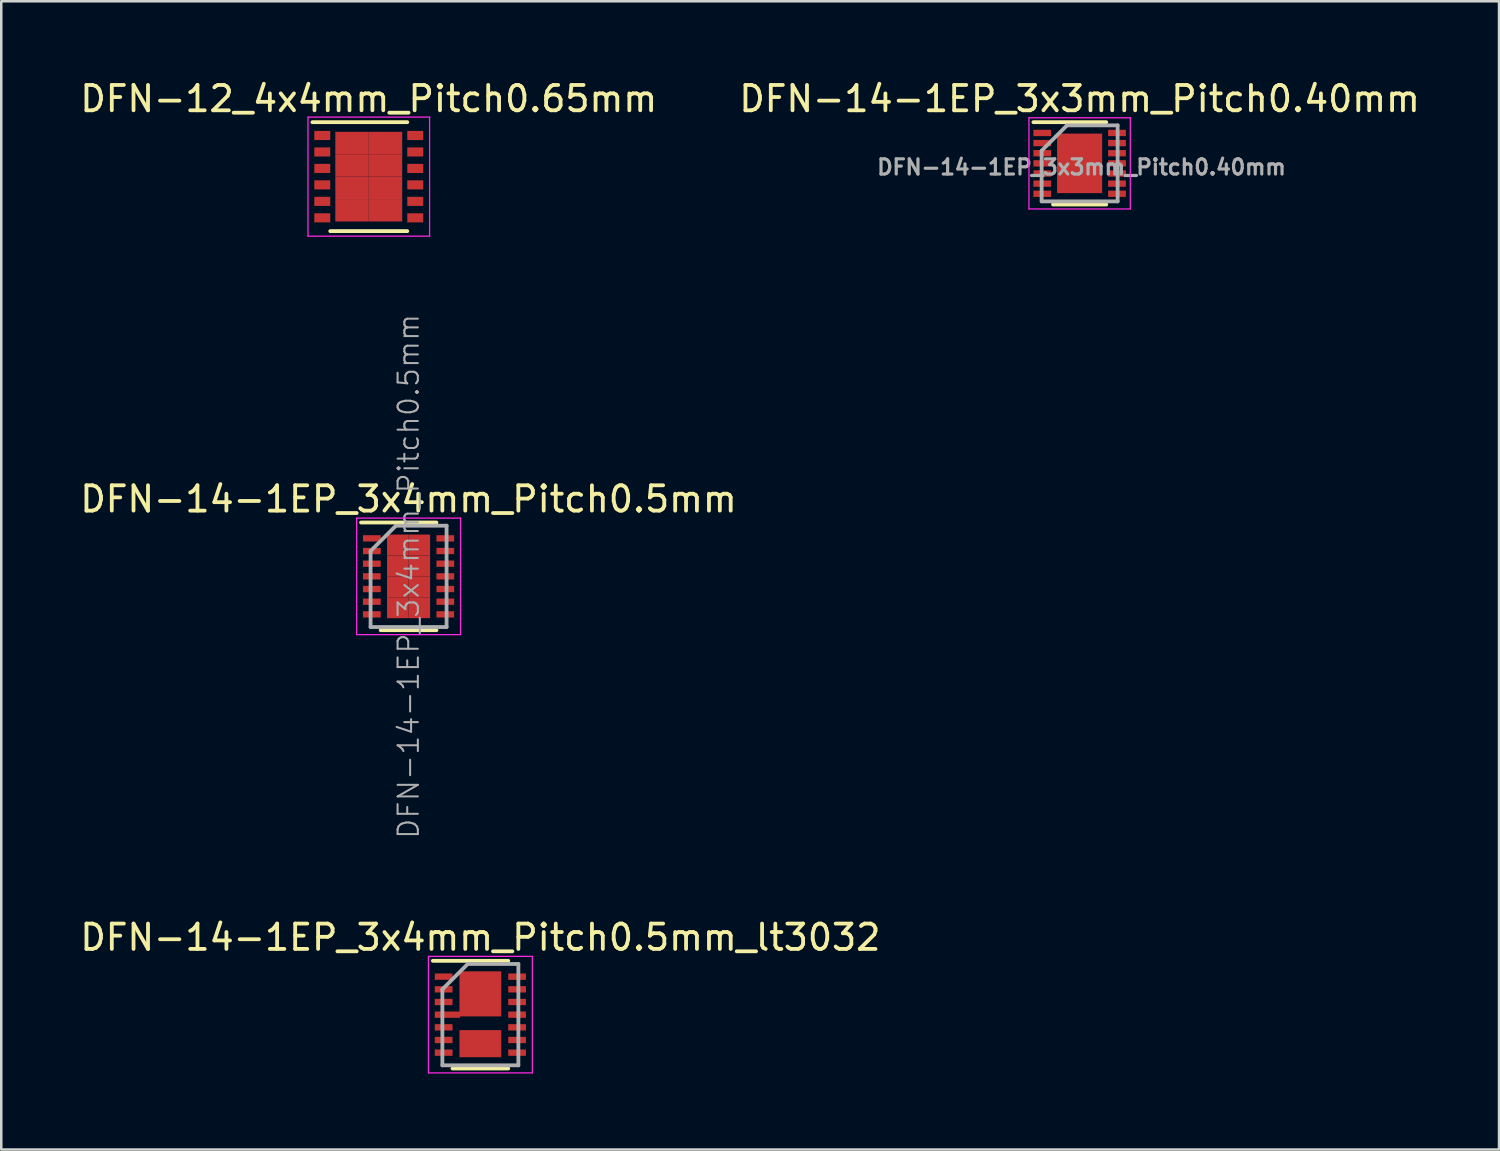
<source format=kicad_pcb>
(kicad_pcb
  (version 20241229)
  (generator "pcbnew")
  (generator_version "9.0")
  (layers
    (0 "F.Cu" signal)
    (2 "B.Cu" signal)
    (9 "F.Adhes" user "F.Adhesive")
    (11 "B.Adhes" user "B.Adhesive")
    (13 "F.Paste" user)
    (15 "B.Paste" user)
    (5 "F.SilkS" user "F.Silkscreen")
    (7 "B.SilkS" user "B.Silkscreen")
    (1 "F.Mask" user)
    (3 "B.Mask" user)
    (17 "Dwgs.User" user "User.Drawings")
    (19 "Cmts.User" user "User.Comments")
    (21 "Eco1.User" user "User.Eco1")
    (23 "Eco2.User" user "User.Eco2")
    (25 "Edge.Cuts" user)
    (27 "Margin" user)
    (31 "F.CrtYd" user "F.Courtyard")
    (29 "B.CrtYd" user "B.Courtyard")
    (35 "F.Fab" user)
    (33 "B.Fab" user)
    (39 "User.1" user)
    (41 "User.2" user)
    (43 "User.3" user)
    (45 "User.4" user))
  (footprint "DFN-14-1EP_3x3mm_Pitch0.40mm"
    (layer "F.Cu")
    (at 39.565 3.398)
    (property "Reference" "DFN-14-1EP_3x3mm_Pitch0.40mm" (at 0 -2.55 0) (layer "F.SilkS") (effects (font (size 1 1) (thickness 0.15))))
    (attr smd)
    (fp_line (start -1.825 -1.625) (end 1.05 -1.625) (stroke (width 0.15) (type solid)) (layer "F.SilkS"))
    (fp_line (start -1.05 1.625) (end 1.05 1.625) (stroke (width 0.15) (type solid)) (layer "F.SilkS"))
    (fp_line (start -2 -1.8) (end -2 1.8) (stroke (width 0.05) (type solid)) (layer "F.CrtYd"))
    (fp_line (start -2 -1.8) (end 2 -1.8) (stroke (width 0.05) (type solid)) (layer "F.CrtYd"))
    (fp_line (start -2 1.8) (end 2 1.8) (stroke (width 0.05) (type solid)) (layer "F.CrtYd"))
    (fp_line (start 2 -1.8) (end 2 1.8) (stroke (width 0.05) (type solid)) (layer "F.CrtYd"))
    (fp_line (start -1.5 -0.5) (end -0.5 -1.5) (stroke (width 0.15) (type solid)) (layer "F.Fab"))
    (fp_line (start -1.5 1.5) (end -1.5 -0.5) (stroke (width 0.15) (type solid)) (layer "F.Fab"))
    (fp_line (start -0.5 -1.5) (end 1.5 -1.5) (stroke (width 0.15) (type solid)) (layer "F.Fab"))
    (fp_line (start 1.5 -1.5) (end 1.5 1.5) (stroke (width 0.15) (type solid)) (layer "F.Fab"))
    (fp_line (start 1.5 1.5) (end -1.5 1.5) (stroke (width 0.15) (type solid)) (layer "F.Fab"))
    (fp_text user "${REFERENCE}" (at 0.075 0.15 0) (layer "F.Fab") (effects (font (size 0.6 0.6) (thickness 0.125))))
    (pad "" smd rect (at 0 0) (size 1.78 2.35) (layers "F.Cu" "F.Mask" "F.Paste"))
    (pad "1" smd rect (at -1.475 -1.2) (size 0.7 0.25) (layers "F.Cu" "F.Mask" "F.Paste"))
    (pad "2" smd rect (at -1.475 -0.8) (size 0.7 0.25) (layers "F.Cu" "F.Mask" "F.Paste"))
    (pad "3" smd rect (at -1.475 -0.4) (size 0.7 0.25) (layers "F.Cu" "F.Mask" "F.Paste"))
    (pad "4" smd rect (at -1.475 0) (size 0.7 0.25) (layers "F.Cu" "F.Mask" "F.Paste"))
    (pad "5" smd rect (at -1.475 0.4) (size 0.7 0.25) (layers "F.Cu" "F.Mask" "F.Paste"))
    (pad "6" smd rect (at -1.475 0.8) (size 0.7 0.25) (layers "F.Cu" "F.Mask" "F.Paste"))
    (pad "7" smd rect (at -1.475 1.2) (size 0.7 0.25) (layers "F.Cu" "F.Mask" "F.Paste"))
    (pad "8" smd rect (at 1.475 1.2) (size 0.7 0.25) (layers "F.Cu" "F.Mask" "F.Paste"))
    (pad "9" smd rect (at 1.475 0.8) (size 0.7 0.25) (layers "F.Cu" "F.Mask" "F.Paste"))
    (pad "10" smd rect (at 1.475 0.4) (size 0.7 0.25) (layers "F.Cu" "F.Mask" "F.Paste"))
    (pad "11" smd rect (at 1.475 0) (size 0.7 0.25) (layers "F.Cu" "F.Mask" "F.Paste"))
    (pad "12" smd rect (at 1.475 -0.4) (size 0.7 0.25) (layers "F.Cu" "F.Mask" "F.Paste"))
    (pad "13" smd rect (at 1.475 -0.8) (size 0.7 0.25) (layers "F.Cu" "F.Mask" "F.Paste"))
    (pad "14" smd rect (at 1.475 -1.2) (size 0.7 0.25) (layers "F.Cu" "F.Mask" "F.Paste")))
  (footprint "DFN-14-1EP_3x4mm_Pitch0.5mm"
    (layer "F.Cu")
    (at 13.077 19.7)
    (property "Reference" "DFN-14-1EP_3x4mm_Pitch0.5mm" (at 0 -3.05 0) (layer "F.SilkS") (effects (font (size 1 1) (thickness 0.15))))
    (attr smd)
    (fp_line (start -1.875 -2.125) (end 1.1 -2.125) (stroke (width 0.15) (type solid)) (layer "F.SilkS"))
    (fp_line (start -1.1 2.125) (end 1.1 2.125) (stroke (width 0.15) (type solid)) (layer "F.SilkS"))
    (fp_line (start -2.05 -2.3) (end -2.05 2.3) (stroke (width 0.05) (type solid)) (layer "F.CrtYd"))
    (fp_line (start -2.05 -2.3) (end 2.05 -2.3) (stroke (width 0.05) (type solid)) (layer "F.CrtYd"))
    (fp_line (start -2.05 2.3) (end 2.05 2.3) (stroke (width 0.05) (type solid)) (layer "F.CrtYd"))
    (fp_line (start 2.05 -2.3) (end 2.05 2.3) (stroke (width 0.05) (type solid)) (layer "F.CrtYd"))
    (fp_line (start -1.5 -1) (end -0.5 -2) (stroke (width 0.15) (type solid)) (layer "F.Fab"))
    (fp_line (start -1.5 2) (end -1.5 -1) (stroke (width 0.15) (type solid)) (layer "F.Fab"))
    (fp_line (start -0.5 -2) (end 1.5 -2) (stroke (width 0.15) (type solid)) (layer "F.Fab"))
    (fp_line (start 1.5 -2) (end 1.5 2) (stroke (width 0.15) (type solid)) (layer "F.Fab"))
    (fp_line (start 1.5 2) (end -1.5 2) (stroke (width 0.15) (type solid)) (layer "F.Fab"))
    (fp_text user "${REFERENCE}" (at 0 0 90) (layer "F.Fab") (effects (font (size 0.8 0.8) (thickness 0.08))))
    (pad "1" smd rect (at -1.45 -1.5) (size 0.7 0.25) (layers "F.Cu" "F.Mask" "F.Paste"))
    (pad "2" smd rect (at -1.45 -1) (size 0.7 0.25) (layers "F.Cu" "F.Mask" "F.Paste"))
    (pad "3" smd rect (at -1.45 -0.5) (size 0.7 0.25) (layers "F.Cu" "F.Mask" "F.Paste"))
    (pad "4" smd rect (at -1.45 0) (size 0.7 0.25) (layers "F.Cu" "F.Mask" "F.Paste"))
    (pad "5" smd rect (at -1.45 0.5) (size 0.7 0.25) (layers "F.Cu" "F.Mask" "F.Paste"))
    (pad "6" smd rect (at -1.45 1) (size 0.7 0.25) (layers "F.Cu" "F.Mask" "F.Paste"))
    (pad "7" smd rect (at -1.45 1.5) (size 0.7 0.25) (layers "F.Cu" "F.Mask" "F.Paste"))
    (pad "8" smd rect (at 1.45 1.5) (size 0.7 0.25) (layers "F.Cu" "F.Mask" "F.Paste"))
    (pad "9" smd rect (at 1.45 1) (size 0.7 0.25) (layers "F.Cu" "F.Mask" "F.Paste"))
    (pad "10" smd rect (at 1.45 0.5) (size 0.7 0.25) (layers "F.Cu" "F.Mask" "F.Paste"))
    (pad "11" smd rect (at 1.45 0) (size 0.7 0.25) (layers "F.Cu" "F.Mask" "F.Paste"))
    (pad "12" smd rect (at 1.45 -0.5) (size 0.7 0.25) (layers "F.Cu" "F.Mask" "F.Paste"))
    (pad "13" smd rect (at 1.45 -1) (size 0.7 0.25) (layers "F.Cu" "F.Mask" "F.Paste"))
    (pad "14" smd rect (at 1.45 -1.5) (size 0.7 0.25) (layers "F.Cu" "F.Mask" "F.Paste"))
    (pad "15" smd rect (at -0.425 -1.238) (size 0.85 0.825) (layers "F.Cu" "F.Mask" "F.Paste"))
    (pad "15" smd rect (at -0.425 -0.412) (size 0.85 0.825) (layers "F.Cu" "F.Mask" "F.Paste"))
    (pad "15" smd rect (at -0.425 0.412) (size 0.85 0.825) (layers "F.Cu" "F.Mask" "F.Paste"))
    (pad "15" smd rect (at -0.425 1.238) (size 0.85 0.825) (layers "F.Cu" "F.Mask" "F.Paste"))
    (pad "15" smd rect (at 0.425 -1.238) (size 0.85 0.825) (layers "F.Cu" "F.Mask" "F.Paste"))
    (pad "15" smd rect (at 0.425 -0.412) (size 0.85 0.825) (layers "F.Cu" "F.Mask" "F.Paste"))
    (pad "15" smd rect (at 0.425 0.412) (size 0.85 0.825) (layers "F.Cu" "F.Mask" "F.Paste"))
    (pad "15" smd rect (at 0.425 1.238) (size 0.85 0.825) (layers "F.Cu" "F.Mask" "F.Paste")))
  (footprint "DFN-14-1EP_3x4mm_Pitch0.5mm_lt3032"
    (layer "F.Cu")
    (at 15.911 37)
    (property "Reference" "DFN-14-1EP_3x4mm_Pitch0.5mm_lt3032" (at 0 -3.05 0) (layer "F.SilkS") (effects (font (size 1 1) (thickness 0.15))))
    (attr smd)
    (fp_line (start -1.875 -2.125) (end 1.1 -2.125) (stroke (width 0.15) (type solid)) (layer "F.SilkS"))
    (fp_line (start -1.1 2.125) (end 1.1 2.125) (stroke (width 0.15) (type solid)) (layer "F.SilkS"))
    (fp_line (start -2.05 -2.3) (end -2.05 2.3) (stroke (width 0.05) (type solid)) (layer "F.CrtYd"))
    (fp_line (start -2.05 -2.3) (end 2.05 -2.3) (stroke (width 0.05) (type solid)) (layer "F.CrtYd"))
    (fp_line (start -2.05 2.3) (end 2.05 2.3) (stroke (width 0.05) (type solid)) (layer "F.CrtYd"))
    (fp_line (start 2.05 -2.3) (end 2.05 2.3) (stroke (width 0.05) (type solid)) (layer "F.CrtYd"))
    (fp_line (start -1.5 -1) (end -0.5 -2) (stroke (width 0.15) (type solid)) (layer "F.Fab"))
    (fp_line (start -1.5 2) (end -1.5 -1) (stroke (width 0.15) (type solid)) (layer "F.Fab"))
    (fp_line (start -0.5 -2) (end 1.5 -2) (stroke (width 0.15) (type solid)) (layer "F.Fab"))
    (fp_line (start 1.5 -2) (end 1.5 2) (stroke (width 0.15) (type solid)) (layer "F.Fab"))
    (fp_line (start 1.5 2) (end -1.5 2) (stroke (width 0.15) (type solid)) (layer "F.Fab"))
    (pad "1" smd rect (at -1.45 -1.5) (size 0.7 0.25) (layers "F.Cu" "F.Mask" "F.Paste"))
    (pad "2" smd rect (at -1.45 -1) (size 0.7 0.25) (layers "F.Cu" "F.Mask" "F.Paste"))
    (pad "3" smd rect (at -1.45 -0.5) (size 0.7 0.25) (layers "F.Cu" "F.Mask" "F.Paste"))
    (pad "4" smd rect (at -1.3 0) (size 1 0.25) (layers "F.Cu" "F.Mask" "F.Paste"))
    (pad "5" smd rect (at -1.45 0.5) (size 0.7 0.25) (layers "F.Cu" "F.Mask" "F.Paste"))
    (pad "6" smd rect (at -1.45 1) (size 0.7 0.25) (layers "F.Cu" "F.Mask" "F.Paste"))
    (pad "7" smd rect (at -1.45 1.5) (size 0.7 0.25) (layers "F.Cu" "F.Mask" "F.Paste"))
    (pad "8" smd rect (at 1.45 1.5) (size 0.7 0.25) (layers "F.Cu" "F.Mask" "F.Paste"))
    (pad "9" smd rect (at 1.45 1) (size 0.7 0.25) (layers "F.Cu" "F.Mask" "F.Paste"))
    (pad "10" smd rect (at 1.45 0.5) (size 0.7 0.25) (layers "F.Cu" "F.Mask" "F.Paste"))
    (pad "11" smd rect (at 1.45 0) (size 0.7 0.25) (layers "F.Cu" "F.Mask" "F.Paste"))
    (pad "12" smd rect (at 1.45 -0.5) (size 0.7 0.25) (layers "F.Cu" "F.Mask" "F.Paste"))
    (pad "13" smd rect (at 1.45 -1) (size 0.7 0.25) (layers "F.Cu" "F.Mask" "F.Paste"))
    (pad "14" smd rect (at 1.45 -1.5) (size 0.7 0.25) (layers "F.Cu" "F.Mask" "F.Paste"))
    (pad "15" smd rect (at 0 -0.82) (size 1.65 1.78) (layers "F.Cu" "F.Mask" "F.Paste"))
    (pad "16" smd rect (at 0 1.145) (size 1.65 1.07) (layers "F.Cu" "F.Mask" "F.Paste")))
  (footprint "DFN-12_4x4mm_Pitch0.65mm"
    (layer "F.Cu")
    (at 11.506 3.923)
    (property "Reference" "DFN-12_4x4mm_Pitch0.65mm" (at 0 -3.075 0) (layer "F.SilkS") (effects (font (size 1 1) (thickness 0.15))))
    (attr smd)
    (fp_line (start -2.225 -2.15) (end 1.52 -2.15) (stroke (width 0.15) (type solid)) (layer "F.SilkS"))
    (fp_line (start -1.52 2.15) (end 1.52 2.15) (stroke (width 0.15) (type solid)) (layer "F.SilkS"))
    (fp_line (start -2.4 -2.35) (end -2.4 2.35) (stroke (width 0.05) (type solid)) (layer "F.CrtYd"))
    (fp_line (start -2.4 -2.35) (end 2.4 -2.35) (stroke (width 0.05) (type solid)) (layer "F.CrtYd"))
    (fp_line (start -2.4 2.35) (end 2.4 2.35) (stroke (width 0.05) (type solid)) (layer "F.CrtYd"))
    (fp_line (start 2.4 -2.35) (end 2.4 2.35) (stroke (width 0.05) (type solid)) (layer "F.CrtYd"))
    (pad "1" smd rect (at -1.835 -1.625) (size 0.63 0.36) (layers "F.Cu" "F.Mask" "F.Paste"))
    (pad "2" smd rect (at -1.835 -0.975) (size 0.63 0.36) (layers "F.Cu" "F.Mask" "F.Paste"))
    (pad "3" smd rect (at -1.835 -0.325) (size 0.63 0.36) (layers "F.Cu" "F.Mask" "F.Paste"))
    (pad "4" smd rect (at -1.835 0.325) (size 0.63 0.36) (layers "F.Cu" "F.Mask" "F.Paste"))
    (pad "5" smd rect (at -1.835 0.975) (size 0.63 0.36) (layers "F.Cu" "F.Mask" "F.Paste"))
    (pad "6" smd rect (at -1.835 1.625) (size 0.63 0.36) (layers "F.Cu" "F.Mask" "F.Paste"))
    (pad "7" smd rect (at 1.835 1.625) (size 0.63 0.36) (layers "F.Cu" "F.Mask" "F.Paste"))
    (pad "8" smd rect (at 1.835 0.975) (size 0.63 0.36) (layers "F.Cu" "F.Mask" "F.Paste"))
    (pad "9" smd rect (at 1.835 0.325) (size 0.63 0.36) (layers "F.Cu" "F.Mask" "F.Paste"))
    (pad "10" smd rect (at 1.835 -0.325) (size 0.63 0.36) (layers "F.Cu" "F.Mask" "F.Paste"))
    (pad "11" smd rect (at 1.835 -0.975) (size 0.63 0.36) (layers "F.Cu" "F.Mask" "F.Paste"))
    (pad "12" smd rect (at 1.835 -1.625) (size 0.63 0.36) (layers "F.Cu" "F.Mask" "F.Paste"))
    (pad "13" smd rect (at -0.66 -1.327) (size 1.32 0.885) (layers "F.Cu" "F.Mask" "F.Paste"))
    (pad "13" smd rect (at -0.66 -0.443) (size 1.32 0.885) (layers "F.Cu" "F.Mask" "F.Paste"))
    (pad "13" smd rect (at -0.66 0.443) (size 1.32 0.885) (layers "F.Cu" "F.Mask" "F.Paste"))
    (pad "13" smd rect (at -0.66 1.327) (size 1.32 0.885) (layers "F.Cu" "F.Mask" "F.Paste"))
    (pad "13" smd rect (at 0.66 -1.327) (size 1.32 0.885) (layers "F.Cu" "F.Mask" "F.Paste"))
    (pad "13" smd rect (at 0.66 -0.443) (size 1.32 0.885) (layers "F.Cu" "F.Mask" "F.Paste"))
    (pad "13" smd rect (at 0.66 0.443) (size 1.32 0.885) (layers "F.Cu" "F.Mask" "F.Paste"))
    (pad "13" smd rect (at 0.66 1.327) (size 1.32 0.885) (layers "F.Cu" "F.Mask" "F.Paste")))
  (gr_rect
    (start -3 -3)
    (end 56.119 42.325)
    (stroke (width 0.1) (type default))
    (fill no)
    (layer "Edge.Cuts")))
</source>
